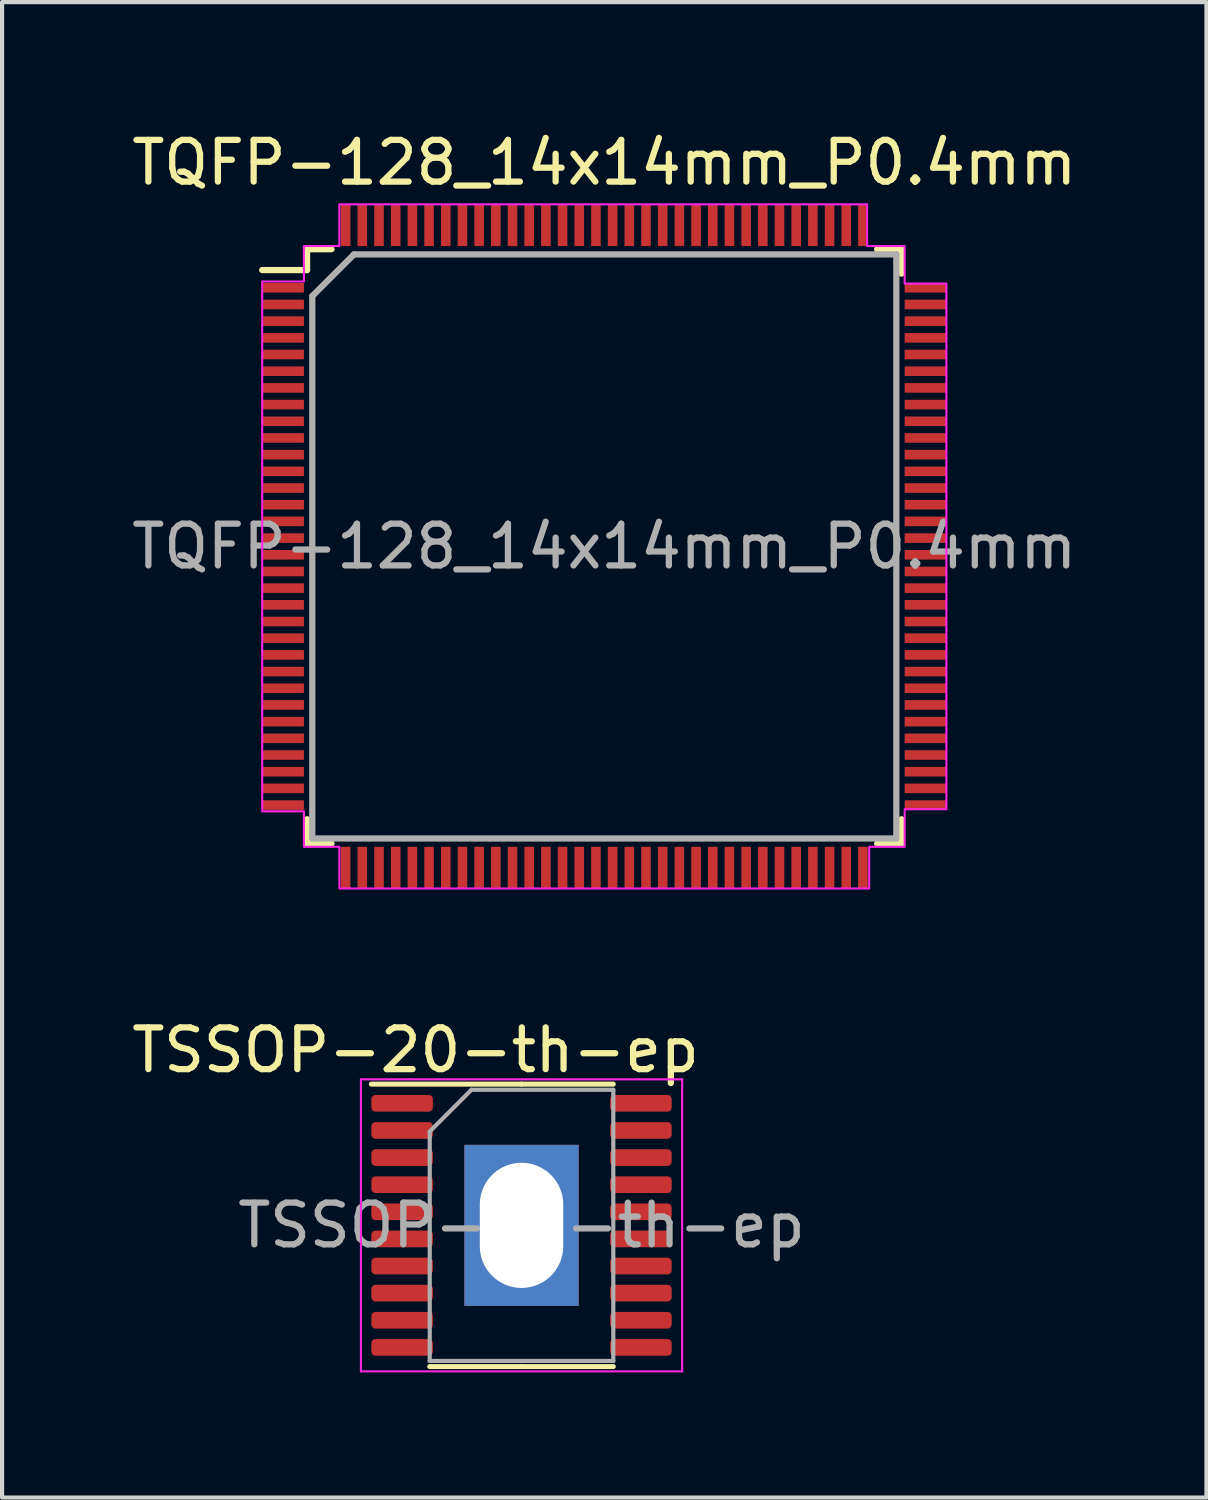
<source format=kicad_pcb>
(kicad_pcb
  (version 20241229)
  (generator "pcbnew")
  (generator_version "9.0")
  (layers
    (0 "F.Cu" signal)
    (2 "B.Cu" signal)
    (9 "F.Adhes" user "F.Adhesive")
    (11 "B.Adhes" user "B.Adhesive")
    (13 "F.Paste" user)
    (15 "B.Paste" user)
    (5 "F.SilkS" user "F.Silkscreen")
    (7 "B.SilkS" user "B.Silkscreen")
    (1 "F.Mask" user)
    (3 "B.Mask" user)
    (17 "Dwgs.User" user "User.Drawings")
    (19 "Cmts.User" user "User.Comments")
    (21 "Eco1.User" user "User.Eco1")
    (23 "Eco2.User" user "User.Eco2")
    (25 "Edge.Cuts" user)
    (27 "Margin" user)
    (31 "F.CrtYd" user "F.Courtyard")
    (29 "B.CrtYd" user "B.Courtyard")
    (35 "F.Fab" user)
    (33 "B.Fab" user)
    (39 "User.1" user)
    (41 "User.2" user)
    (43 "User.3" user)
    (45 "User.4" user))
  (footprint "TQFP-128_14x14mm_P0.4mm"
    (layer "F.Cu")
    (at 11.435 10.048)
    (property "Reference" "TQFP-128_14x14mm_P0.4mm" (at 0 -9.2 180) (layer "F.SilkS") (effects (font (size 1 1) (thickness 0.15))))
    (attr smd)
    (fp_line (start -7.125 -7.125) (end -7.125 -6.625) (stroke (width 0.15) (type solid)) (layer "F.SilkS"))
    (fp_line (start -7.125 -7.125) (end -6.54 -7.125) (stroke (width 0.15) (type solid)) (layer "F.SilkS"))
    (fp_line (start -7.125 -6.625) (end -8.2 -6.625) (stroke (width 0.15) (type solid)) (layer "F.SilkS"))
    (fp_line (start -7.125 7.125) (end -7.125 6.54) (stroke (width 0.15) (type solid)) (layer "F.SilkS"))
    (fp_line (start -7.125 7.125) (end -6.54 7.125) (stroke (width 0.15) (type solid)) (layer "F.SilkS"))
    (fp_line (start 7.125 -7.125) (end 6.54 -7.125) (stroke (width 0.15) (type solid)) (layer "F.SilkS"))
    (fp_line (start 7.125 -7.125) (end 7.125 -6.54) (stroke (width 0.15) (type solid)) (layer "F.SilkS"))
    (fp_line (start 7.125 7.125) (end 6.54 7.125) (stroke (width 0.15) (type solid)) (layer "F.SilkS"))
    (fp_line (start 7.125 7.125) (end 7.125 6.54) (stroke (width 0.15) (type solid)) (layer "F.SilkS"))
    (fp_poly (pts (xy 6.3 -8.2) (xy 6.3 -7.2) (xy 7.2 -7.2) (xy 7.2 -6.3) (xy 8.2 -6.3) (xy 8.2 6.3) (xy 7.2 6.3) (xy 7.2 7.2) (xy 6.35 7.2) (xy 6.35 8.2) (xy -6.35 8.2) (xy -6.35 7.2) (xy -7.2 7.2) (xy -7.2 6.35) (xy -8.2 6.35) (xy -8.2 -6.35) (xy -7.2 -6.35) (xy -7.2 -7.2) (xy -6.35 -7.2) (xy -6.35 -8.2)) (stroke (width 0.05) (type solid)) (fill no) (layer "F.CrtYd"))
    (fp_line (start -7 -6) (end -6 -7) (stroke (width 0.15) (type solid)) (layer "F.Fab"))
    (fp_line (start -7 7) (end -7 -6) (stroke (width 0.15) (type solid)) (layer "F.Fab"))
    (fp_line (start -6 -7) (end 7 -7) (stroke (width 0.15) (type solid)) (layer "F.Fab"))
    (fp_line (start 7 -7) (end 7 7) (stroke (width 0.15) (type solid)) (layer "F.Fab"))
    (fp_line (start 7 7) (end -7 7) (stroke (width 0.15) (type solid)) (layer "F.Fab"))
    (fp_text user "${REFERENCE}" (at 0 0 180) (layer "F.Fab") (effects (font (size 1 1) (thickness 0.15))))
    (pad "1" smd rect (at -7.7 -6.2) (size 1 0.23) (layers "F.Cu" "F.Mask" "F.Paste"))
    (pad "2" smd rect (at -7.7 -5.8) (size 1 0.23) (layers "F.Cu" "F.Mask" "F.Paste"))
    (pad "3" smd rect (at -7.7 -5.4) (size 1 0.23) (layers "F.Cu" "F.Mask" "F.Paste"))
    (pad "4" smd rect (at -7.7 -5) (size 1 0.23) (layers "F.Cu" "F.Mask" "F.Paste"))
    (pad "5" smd rect (at -7.7 -4.6) (size 1 0.23) (layers "F.Cu" "F.Mask" "F.Paste"))
    (pad "6" smd rect (at -7.7 -4.2) (size 1 0.23) (layers "F.Cu" "F.Mask" "F.Paste"))
    (pad "7" smd rect (at -7.7 -3.8) (size 1 0.23) (layers "F.Cu" "F.Mask" "F.Paste"))
    (pad "8" smd rect (at -7.7 -3.4) (size 1 0.23) (layers "F.Cu" "F.Mask" "F.Paste"))
    (pad "9" smd rect (at -7.7 -3) (size 1 0.23) (layers "F.Cu" "F.Mask" "F.Paste"))
    (pad "10" smd rect (at -7.7 -2.6) (size 1 0.23) (layers "F.Cu" "F.Mask" "F.Paste"))
    (pad "11" smd rect (at -7.7 -2.2) (size 1 0.23) (layers "F.Cu" "F.Mask" "F.Paste"))
    (pad "12" smd rect (at -7.7 -1.8) (size 1 0.23) (layers "F.Cu" "F.Mask" "F.Paste"))
    (pad "13" smd rect (at -7.7 -1.4) (size 1 0.23) (layers "F.Cu" "F.Mask" "F.Paste"))
    (pad "14" smd rect (at -7.7 -1) (size 1 0.23) (layers "F.Cu" "F.Mask" "F.Paste"))
    (pad "15" smd rect (at -7.7 -0.6) (size 1 0.23) (layers "F.Cu" "F.Mask" "F.Paste"))
    (pad "16" smd rect (at -7.7 -0.2) (size 1 0.23) (layers "F.Cu" "F.Mask" "F.Paste"))
    (pad "17" smd rect (at -7.7 0.2) (size 1 0.23) (layers "F.Cu" "F.Mask" "F.Paste"))
    (pad "18" smd rect (at -7.7 0.6) (size 1 0.23) (layers "F.Cu" "F.Mask" "F.Paste"))
    (pad "19" smd rect (at -7.7 1) (size 1 0.23) (layers "F.Cu" "F.Mask" "F.Paste"))
    (pad "20" smd rect (at -7.7 1.4) (size 1 0.23) (layers "F.Cu" "F.Mask" "F.Paste"))
    (pad "21" smd rect (at -7.7 1.8) (size 1 0.23) (layers "F.Cu" "F.Mask" "F.Paste"))
    (pad "22" smd rect (at -7.7 2.2) (size 1 0.23) (layers "F.Cu" "F.Mask" "F.Paste"))
    (pad "23" smd rect (at -7.7 2.6) (size 1 0.23) (layers "F.Cu" "F.Mask" "F.Paste"))
    (pad "24" smd rect (at -7.7 3) (size 1 0.23) (layers "F.Cu" "F.Mask" "F.Paste"))
    (pad "25" smd rect (at -7.7 3.4) (size 1 0.23) (layers "F.Cu" "F.Mask" "F.Paste"))
    (pad "26" smd rect (at -7.7 3.8) (size 1 0.23) (layers "F.Cu" "F.Mask" "F.Paste"))
    (pad "27" smd rect (at -7.7 4.2) (size 1 0.23) (layers "F.Cu" "F.Mask" "F.Paste"))
    (pad "28" smd rect (at -7.7 4.6) (size 1 0.23) (layers "F.Cu" "F.Mask" "F.Paste"))
    (pad "29" smd rect (at -7.7 5) (size 1 0.23) (layers "F.Cu" "F.Mask" "F.Paste"))
    (pad "30" smd rect (at -7.7 5.4) (size 1 0.23) (layers "F.Cu" "F.Mask" "F.Paste"))
    (pad "31" smd rect (at -7.7 5.8) (size 1 0.23) (layers "F.Cu" "F.Mask" "F.Paste"))
    (pad "32" smd rect (at -7.7 6.2) (size 1 0.23) (layers "F.Cu" "F.Mask" "F.Paste"))
    (pad "33" smd rect (at -6.2 7.7 90) (size 1 0.23) (layers "F.Cu" "F.Mask" "F.Paste"))
    (pad "34" smd rect (at -5.8 7.7 90) (size 1 0.23) (layers "F.Cu" "F.Mask" "F.Paste"))
    (pad "35" smd rect (at -5.4 7.7 90) (size 1 0.23) (layers "F.Cu" "F.Mask" "F.Paste"))
    (pad "36" smd rect (at -5 7.7 90) (size 1 0.23) (layers "F.Cu" "F.Mask" "F.Paste"))
    (pad "37" smd rect (at -4.6 7.7 90) (size 1 0.23) (layers "F.Cu" "F.Mask" "F.Paste"))
    (pad "38" smd rect (at -4.2 7.7 90) (size 1 0.23) (layers "F.Cu" "F.Mask" "F.Paste"))
    (pad "39" smd rect (at -3.8 7.7 90) (size 1 0.23) (layers "F.Cu" "F.Mask" "F.Paste"))
    (pad "40" smd rect (at -3.4 7.7 90) (size 1 0.23) (layers "F.Cu" "F.Mask" "F.Paste"))
    (pad "41" smd rect (at -3 7.7 90) (size 1 0.23) (layers "F.Cu" "F.Mask" "F.Paste"))
    (pad "42" smd rect (at -2.6 7.7 90) (size 1 0.23) (layers "F.Cu" "F.Mask" "F.Paste"))
    (pad "43" smd rect (at -2.2 7.7 90) (size 1 0.23) (layers "F.Cu" "F.Mask" "F.Paste"))
    (pad "44" smd rect (at -1.8 7.7 90) (size 1 0.23) (layers "F.Cu" "F.Mask" "F.Paste"))
    (pad "45" smd rect (at -1.4 7.7 90) (size 1 0.23) (layers "F.Cu" "F.Mask" "F.Paste"))
    (pad "46" smd rect (at -1 7.7 90) (size 1 0.23) (layers "F.Cu" "F.Mask" "F.Paste"))
    (pad "47" smd rect (at -0.6 7.7 90) (size 1 0.23) (layers "F.Cu" "F.Mask" "F.Paste"))
    (pad "48" smd rect (at -0.2 7.7 90) (size 1 0.23) (layers "F.Cu" "F.Mask" "F.Paste"))
    (pad "49" smd rect (at 0.2 7.7 90) (size 1 0.23) (layers "F.Cu" "F.Mask" "F.Paste"))
    (pad "50" smd rect (at 0.6 7.7 90) (size 1 0.23) (layers "F.Cu" "F.Mask" "F.Paste"))
    (pad "51" smd rect (at 1 7.7 90) (size 1 0.23) (layers "F.Cu" "F.Mask" "F.Paste"))
    (pad "52" smd rect (at 1.4 7.7 90) (size 1 0.23) (layers "F.Cu" "F.Mask" "F.Paste"))
    (pad "53" smd rect (at 1.8 7.7 90) (size 1 0.23) (layers "F.Cu" "F.Mask" "F.Paste"))
    (pad "54" smd rect (at 2.2 7.7 90) (size 1 0.23) (layers "F.Cu" "F.Mask" "F.Paste"))
    (pad "55" smd rect (at 2.6 7.7 90) (size 1 0.23) (layers "F.Cu" "F.Mask" "F.Paste"))
    (pad "56" smd rect (at 3 7.7 90) (size 1 0.23) (layers "F.Cu" "F.Mask" "F.Paste"))
    (pad "57" smd rect (at 3.4 7.7 90) (size 1 0.23) (layers "F.Cu" "F.Mask" "F.Paste"))
    (pad "58" smd rect (at 3.8 7.7 90) (size 1 0.23) (layers "F.Cu" "F.Mask" "F.Paste"))
    (pad "59" smd rect (at 4.2 7.7 90) (size 1 0.23) (layers "F.Cu" "F.Mask" "F.Paste"))
    (pad "60" smd rect (at 4.6 7.7 90) (size 1 0.23) (layers "F.Cu" "F.Mask" "F.Paste"))
    (pad "61" smd rect (at 5 7.7 90) (size 1 0.23) (layers "F.Cu" "F.Mask" "F.Paste"))
    (pad "62" smd rect (at 5.4 7.7 90) (size 1 0.23) (layers "F.Cu" "F.Mask" "F.Paste"))
    (pad "63" smd rect (at 5.8 7.7 90) (size 1 0.23) (layers "F.Cu" "F.Mask" "F.Paste"))
    (pad "64" smd rect (at 6.2 7.7 90) (size 1 0.23) (layers "F.Cu" "F.Mask" "F.Paste"))
    (pad "65" smd rect (at 7.7 6.2) (size 1 0.23) (layers "F.Cu" "F.Mask" "F.Paste"))
    (pad "66" smd rect (at 7.7 5.8) (size 1 0.23) (layers "F.Cu" "F.Mask" "F.Paste"))
    (pad "67" smd rect (at 7.7 5.4) (size 1 0.23) (layers "F.Cu" "F.Mask" "F.Paste"))
    (pad "68" smd rect (at 7.7 5) (size 1 0.23) (layers "F.Cu" "F.Mask" "F.Paste"))
    (pad "69" smd rect (at 7.7 4.6) (size 1 0.23) (layers "F.Cu" "F.Mask" "F.Paste"))
    (pad "70" smd rect (at 7.7 4.2) (size 1 0.23) (layers "F.Cu" "F.Mask" "F.Paste"))
    (pad "71" smd rect (at 7.7 3.8) (size 1 0.23) (layers "F.Cu" "F.Mask" "F.Paste"))
    (pad "72" smd rect (at 7.7 3.4) (size 1 0.23) (layers "F.Cu" "F.Mask" "F.Paste"))
    (pad "73" smd rect (at 7.7 3) (size 1 0.23) (layers "F.Cu" "F.Mask" "F.Paste"))
    (pad "74" smd rect (at 7.7 2.6) (size 1 0.23) (layers "F.Cu" "F.Mask" "F.Paste"))
    (pad "75" smd rect (at 7.7 2.2) (size 1 0.23) (layers "F.Cu" "F.Mask" "F.Paste"))
    (pad "76" smd rect (at 7.7 1.8) (size 1 0.23) (layers "F.Cu" "F.Mask" "F.Paste"))
    (pad "77" smd rect (at 7.7 1.4) (size 1 0.23) (layers "F.Cu" "F.Mask" "F.Paste"))
    (pad "78" smd rect (at 7.7 1) (size 1 0.23) (layers "F.Cu" "F.Mask" "F.Paste"))
    (pad "79" smd rect (at 7.7 0.6) (size 1 0.23) (layers "F.Cu" "F.Mask" "F.Paste"))
    (pad "80" smd rect (at 7.7 0.2) (size 1 0.23) (layers "F.Cu" "F.Mask" "F.Paste"))
    (pad "81" smd rect (at 7.7 -0.2) (size 1 0.23) (layers "F.Cu" "F.Mask" "F.Paste"))
    (pad "82" smd rect (at 7.7 -0.6) (size 1 0.23) (layers "F.Cu" "F.Mask" "F.Paste"))
    (pad "83" smd rect (at 7.7 -1) (size 1 0.23) (layers "F.Cu" "F.Mask" "F.Paste"))
    (pad "84" smd rect (at 7.7 -1.4) (size 1 0.23) (layers "F.Cu" "F.Mask" "F.Paste"))
    (pad "85" smd rect (at 7.7 -1.8) (size 1 0.23) (layers "F.Cu" "F.Mask" "F.Paste"))
    (pad "86" smd rect (at 7.7 -2.2) (size 1 0.23) (layers "F.Cu" "F.Mask" "F.Paste"))
    (pad "87" smd rect (at 7.7 -2.6) (size 1 0.23) (layers "F.Cu" "F.Mask" "F.Paste"))
    (pad "88" smd rect (at 7.7 -3) (size 1 0.23) (layers "F.Cu" "F.Mask" "F.Paste"))
    (pad "89" smd rect (at 7.7 -3.4) (size 1 0.23) (layers "F.Cu" "F.Mask" "F.Paste"))
    (pad "90" smd rect (at 7.7 -3.8) (size 1 0.23) (layers "F.Cu" "F.Mask" "F.Paste"))
    (pad "91" smd rect (at 7.7 -4.2) (size 1 0.23) (layers "F.Cu" "F.Mask" "F.Paste"))
    (pad "92" smd rect (at 7.7 -4.6) (size 1 0.23) (layers "F.Cu" "F.Mask" "F.Paste"))
    (pad "93" smd rect (at 7.7 -5) (size 1 0.23) (layers "F.Cu" "F.Mask" "F.Paste"))
    (pad "94" smd rect (at 7.7 -5.4) (size 1 0.23) (layers "F.Cu" "F.Mask" "F.Paste"))
    (pad "95" smd rect (at 7.7 -5.8) (size 1 0.23) (layers "F.Cu" "F.Mask" "F.Paste"))
    (pad "96" smd rect (at 7.7 -6.2) (size 1 0.23) (layers "F.Cu" "F.Mask" "F.Paste"))
    (pad "97" smd rect (at 6.2 -7.7 90) (size 1 0.23) (layers "F.Cu" "F.Mask" "F.Paste"))
    (pad "98" smd rect (at 5.8 -7.7 90) (size 1 0.23) (layers "F.Cu" "F.Mask" "F.Paste"))
    (pad "99" smd rect (at 5.4 -7.7 90) (size 1 0.23) (layers "F.Cu" "F.Mask" "F.Paste"))
    (pad "100" smd rect (at 5 -7.7 90) (size 1 0.23) (layers "F.Cu" "F.Mask" "F.Paste"))
    (pad "101" smd rect (at 4.6 -7.7 90) (size 1 0.23) (layers "F.Cu" "F.Mask" "F.Paste"))
    (pad "102" smd rect (at 4.2 -7.7 90) (size 1 0.23) (layers "F.Cu" "F.Mask" "F.Paste"))
    (pad "103" smd rect (at 3.8 -7.7 90) (size 1 0.23) (layers "F.Cu" "F.Mask" "F.Paste"))
    (pad "104" smd rect (at 3.4 -7.7 90) (size 1 0.23) (layers "F.Cu" "F.Mask" "F.Paste"))
    (pad "105" smd rect (at 3 -7.7 90) (size 1 0.23) (layers "F.Cu" "F.Mask" "F.Paste"))
    (pad "106" smd rect (at 2.6 -7.7 90) (size 1 0.23) (layers "F.Cu" "F.Mask" "F.Paste"))
    (pad "107" smd rect (at 2.2 -7.7 90) (size 1 0.23) (layers "F.Cu" "F.Mask" "F.Paste"))
    (pad "108" smd rect (at 1.8 -7.7 90) (size 1 0.23) (layers "F.Cu" "F.Mask" "F.Paste"))
    (pad "109" smd rect (at 1.4 -7.7 90) (size 1 0.23) (layers "F.Cu" "F.Mask" "F.Paste"))
    (pad "110" smd rect (at 1 -7.7 90) (size 1 0.23) (layers "F.Cu" "F.Mask" "F.Paste"))
    (pad "111" smd rect (at 0.6 -7.7 90) (size 1 0.23) (layers "F.Cu" "F.Mask" "F.Paste"))
    (pad "112" smd rect (at 0.2 -7.7 90) (size 1 0.23) (layers "F.Cu" "F.Mask" "F.Paste"))
    (pad "113" smd rect (at -0.2 -7.7 90) (size 1 0.23) (layers "F.Cu" "F.Mask" "F.Paste"))
    (pad "114" smd rect (at -0.6 -7.7 90) (size 1 0.23) (layers "F.Cu" "F.Mask" "F.Paste"))
    (pad "115" smd rect (at -1 -7.7 90) (size 1 0.23) (layers "F.Cu" "F.Mask" "F.Paste"))
    (pad "116" smd rect (at -1.4 -7.7 90) (size 1 0.23) (layers "F.Cu" "F.Mask" "F.Paste"))
    (pad "117" smd rect (at -1.8 -7.7 90) (size 1 0.23) (layers "F.Cu" "F.Mask" "F.Paste"))
    (pad "118" smd rect (at -2.2 -7.7 90) (size 1 0.23) (layers "F.Cu" "F.Mask" "F.Paste"))
    (pad "119" smd rect (at -2.6 -7.7 90) (size 1 0.23) (layers "F.Cu" "F.Mask" "F.Paste"))
    (pad "120" smd rect (at -3 -7.7 90) (size 1 0.23) (layers "F.Cu" "F.Mask" "F.Paste"))
    (pad "121" smd rect (at -3.4 -7.7 90) (size 1 0.23) (layers "F.Cu" "F.Mask" "F.Paste"))
    (pad "122" smd rect (at -3.8 -7.7 90) (size 1 0.23) (layers "F.Cu" "F.Mask" "F.Paste"))
    (pad "123" smd rect (at -4.2 -7.7 90) (size 1 0.23) (layers "F.Cu" "F.Mask" "F.Paste"))
    (pad "124" smd rect (at -4.6 -7.7 90) (size 1 0.23) (layers "F.Cu" "F.Mask" "F.Paste"))
    (pad "125" smd rect (at -5 -7.7 90) (size 1 0.23) (layers "F.Cu" "F.Mask" "F.Paste"))
    (pad "126" smd rect (at -5.4 -7.7 90) (size 1 0.23) (layers "F.Cu" "F.Mask" "F.Paste"))
    (pad "127" smd rect (at -5.8 -7.7 90) (size 1 0.23) (layers "F.Cu" "F.Mask" "F.Paste"))
    (pad "128" smd rect (at -6.2 -7.7 90) (size 1 0.23) (layers "F.Cu" "F.Mask" "F.Paste")))
  (footprint "TSSOP-20-th-ep"
    (layer "F.Cu")
    (at 9.451 26.322)
    (property "Reference" "TSSOP-20-th-ep" (at -2.54 -4.2 180) (layer "F.SilkS") (effects (font (size 1 1) (thickness 0.15))))
    (attr through_hole)
    (fp_line (start 0 -3.385) (end -3.6 -3.385) (stroke (width 0.12) (type solid)) (layer "F.SilkS"))
    (fp_line (start 0 -3.385) (end 2.2 -3.385) (stroke (width 0.12) (type solid)) (layer "F.SilkS"))
    (fp_line (start 0 3.385) (end -2.2 3.385) (stroke (width 0.12) (type solid)) (layer "F.SilkS"))
    (fp_line (start 0 3.385) (end 2.2 3.385) (stroke (width 0.12) (type solid)) (layer "F.SilkS"))
    (fp_line (start -3.85 -3.5) (end -3.85 3.5) (stroke (width 0.05) (type solid)) (layer "F.CrtYd"))
    (fp_line (start -3.85 3.5) (end 3.85 3.5) (stroke (width 0.05) (type solid)) (layer "F.CrtYd"))
    (fp_line (start 3.85 -3.5) (end -3.85 -3.5) (stroke (width 0.05) (type solid)) (layer "F.CrtYd"))
    (fp_line (start 3.85 3.5) (end 3.85 -3.5) (stroke (width 0.05) (type solid)) (layer "F.CrtYd"))
    (fp_line (start -2.2 -2.25) (end -1.2 -3.25) (stroke (width 0.1) (type solid)) (layer "F.Fab"))
    (fp_line (start -2.2 3.25) (end -2.2 -2.25) (stroke (width 0.1) (type solid)) (layer "F.Fab"))
    (fp_line (start -1.2 -3.25) (end 2.2 -3.25) (stroke (width 0.1) (type solid)) (layer "F.Fab"))
    (fp_line (start 2.2 -3.25) (end 2.2 3.25) (stroke (width 0.1) (type solid)) (layer "F.Fab"))
    (fp_line (start 2.2 3.25) (end -2.2 3.25) (stroke (width 0.1) (type solid)) (layer "F.Fab"))
    (fp_text user "${REFERENCE}" (at 0 0 180) (layer "F.Fab") (effects (font (size 1 1) (thickness 0.15))))
    (pad "" smd roundrect (at 0 -0.965) (size 2.21 1.56) (layers "F.Paste") (roundrect_rratio 0.16))
    (pad "" smd roundrect (at 0 0.965) (size 2.21 1.56) (layers "F.Paste") (roundrect_rratio 0.16))
    (pad "1" smd roundrect (at -2.862 -2.925) (size 1.475 0.4) (layers "F.Cu" "F.Mask" "F.Paste") (roundrect_rratio 0.25))
    (pad "2" smd roundrect (at -2.862 -2.275) (size 1.475 0.4) (layers "F.Cu" "F.Mask" "F.Paste") (roundrect_rratio 0.25))
    (pad "3" smd roundrect (at -2.862 -1.625) (size 1.475 0.4) (layers "F.Cu" "F.Mask" "F.Paste") (roundrect_rratio 0.25))
    (pad "4" smd roundrect (at -2.862 -0.975) (size 1.475 0.4) (layers "F.Cu" "F.Mask" "F.Paste") (roundrect_rratio 0.25))
    (pad "5" smd roundrect (at -2.862 -0.325) (size 1.475 0.4) (layers "F.Cu" "F.Mask" "F.Paste") (roundrect_rratio 0.25))
    (pad "6" smd roundrect (at -2.862 0.325) (size 1.475 0.4) (layers "F.Cu" "F.Mask" "F.Paste") (roundrect_rratio 0.25))
    (pad "7" smd roundrect (at -2.862 0.975) (size 1.475 0.4) (layers "F.Cu" "F.Mask" "F.Paste") (roundrect_rratio 0.25))
    (pad "8" smd roundrect (at -2.862 1.625) (size 1.475 0.4) (layers "F.Cu" "F.Mask" "F.Paste") (roundrect_rratio 0.25))
    (pad "9" smd roundrect (at -2.862 2.275) (size 1.475 0.4) (layers "F.Cu" "F.Mask" "F.Paste") (roundrect_rratio 0.25))
    (pad "10" smd roundrect (at -2.862 2.925) (size 1.475 0.4) (layers "F.Cu" "F.Mask" "F.Paste") (roundrect_rratio 0.25))
    (pad "11" smd roundrect (at 2.862 2.925) (size 1.475 0.4) (layers "F.Cu" "F.Mask" "F.Paste") (roundrect_rratio 0.25))
    (pad "12" smd roundrect (at 2.862 2.275) (size 1.475 0.4) (layers "F.Cu" "F.Mask" "F.Paste") (roundrect_rratio 0.25))
    (pad "13" smd roundrect (at 2.862 1.625) (size 1.475 0.4) (layers "F.Cu" "F.Mask" "F.Paste") (roundrect_rratio 0.25))
    (pad "14" smd roundrect (at 2.862 0.975) (size 1.475 0.4) (layers "F.Cu" "F.Mask" "F.Paste") (roundrect_rratio 0.25))
    (pad "15" smd roundrect (at 2.862 0.325) (size 1.475 0.4) (layers "F.Cu" "F.Mask" "F.Paste") (roundrect_rratio 0.25))
    (pad "16" smd roundrect (at 2.862 -0.325) (size 1.475 0.4) (layers "F.Cu" "F.Mask" "F.Paste") (roundrect_rratio 0.25))
    (pad "17" smd roundrect (at 2.862 -0.975) (size 1.475 0.4) (layers "F.Cu" "F.Mask" "F.Paste") (roundrect_rratio 0.25))
    (pad "18" smd roundrect (at 2.862 -1.625) (size 1.475 0.4) (layers "F.Cu" "F.Mask" "F.Paste") (roundrect_rratio 0.25))
    (pad "19" smd roundrect (at 2.862 -2.275) (size 1.475 0.4) (layers "F.Cu" "F.Mask" "F.Paste") (roundrect_rratio 0.25))
    (pad "20" smd roundrect (at 2.862 -2.925) (size 1.475 0.4) (layers "F.Cu" "F.Mask" "F.Paste") (roundrect_rratio 0.25))
    (pad "21" thru_hole rect (at 0 0) (size 2.74 3.86) (drill oval 2 3) (layers "*.Cu" "*.Mask")))
  (gr_rect
    (start -3 -3)
    (end 25.869 32.846)
    (stroke (width 0.1) (type default))
    (fill no)
    (layer "Edge.Cuts")))
</source>
